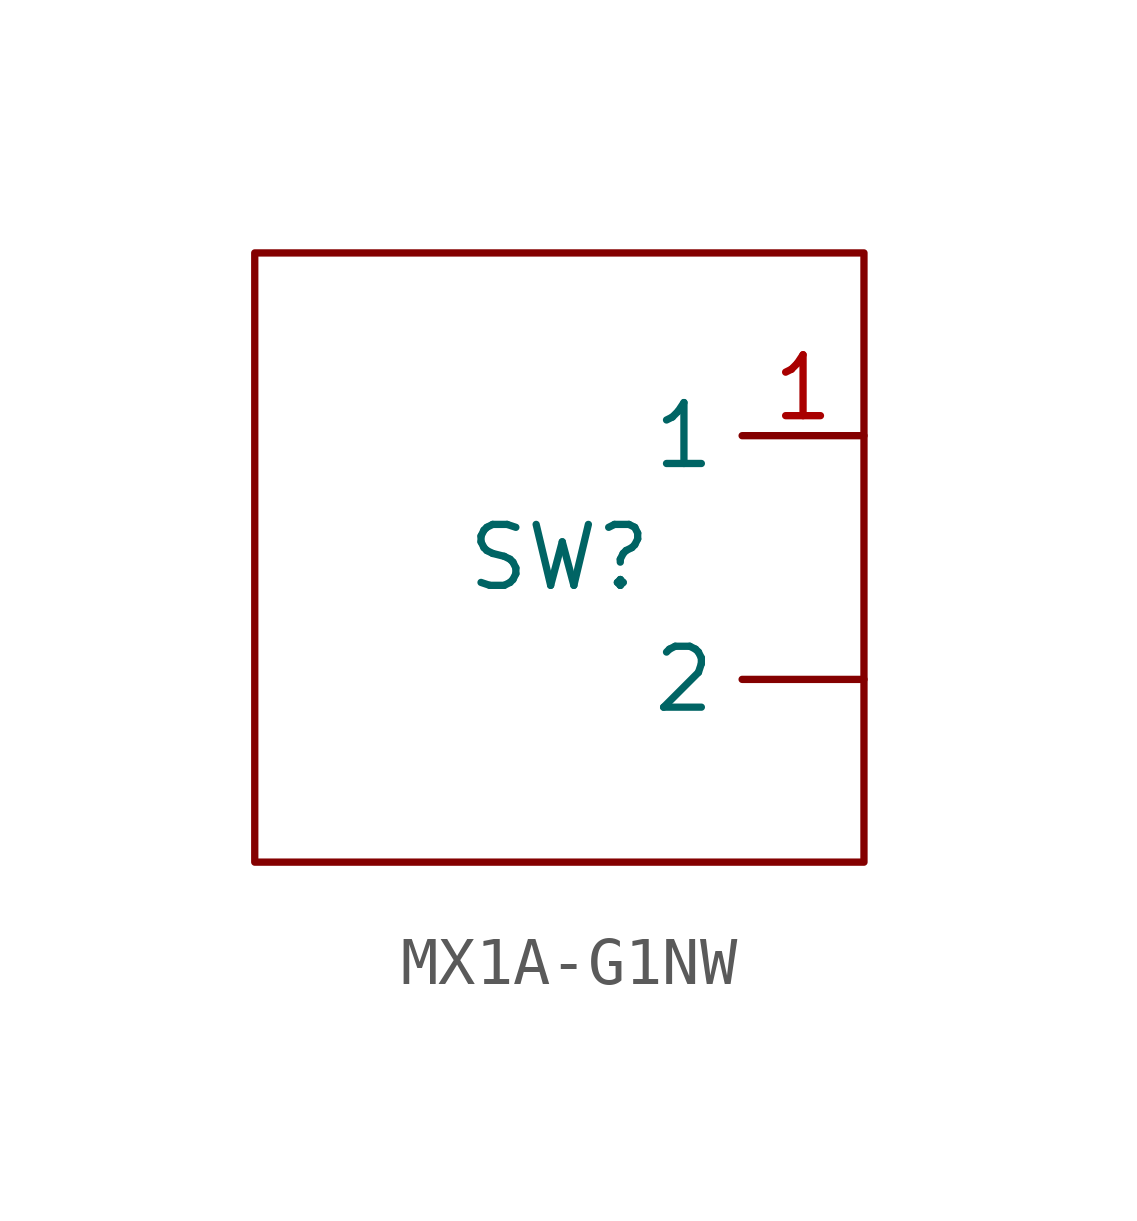
<source format=kicad_sym>
(kicad_symbol_lib
  (version 20241209)
  (generator "kicad_symbol_editor")
  (generator_version "9.0")
  (symbol "MX1A-G1NW"
    (property "Reference" "SW"
      (at 0 0 0)
      (effects (font (size 1.27 1.27))))
    (property "Value" ""
      (at 0 0 0)
      (effects (font (size 1.27 1.27))))
    (symbol "MX1A-G1NW_0_1"
      (rectangle (start -6.35 6.35) (end 6.35 -6.35) (stroke (width 0) (type default)) (fill (type none))))
    (symbol "MX1A-G1NW_1_1"
      (pin passive line (at 6.35 2.54 180) (length 2.54) (name "1" (effects (font (size 1.27 1.27)))) (number "1" (effects (font (size 1.27 1.27)))))
      (pin passive line (at 6.35 -2.54 180) (length 2.54) (name "2" (effects (font (size 1.27 1.27)))) (number "" (effects (font (size 1.27 1.27))))))))
</source>
